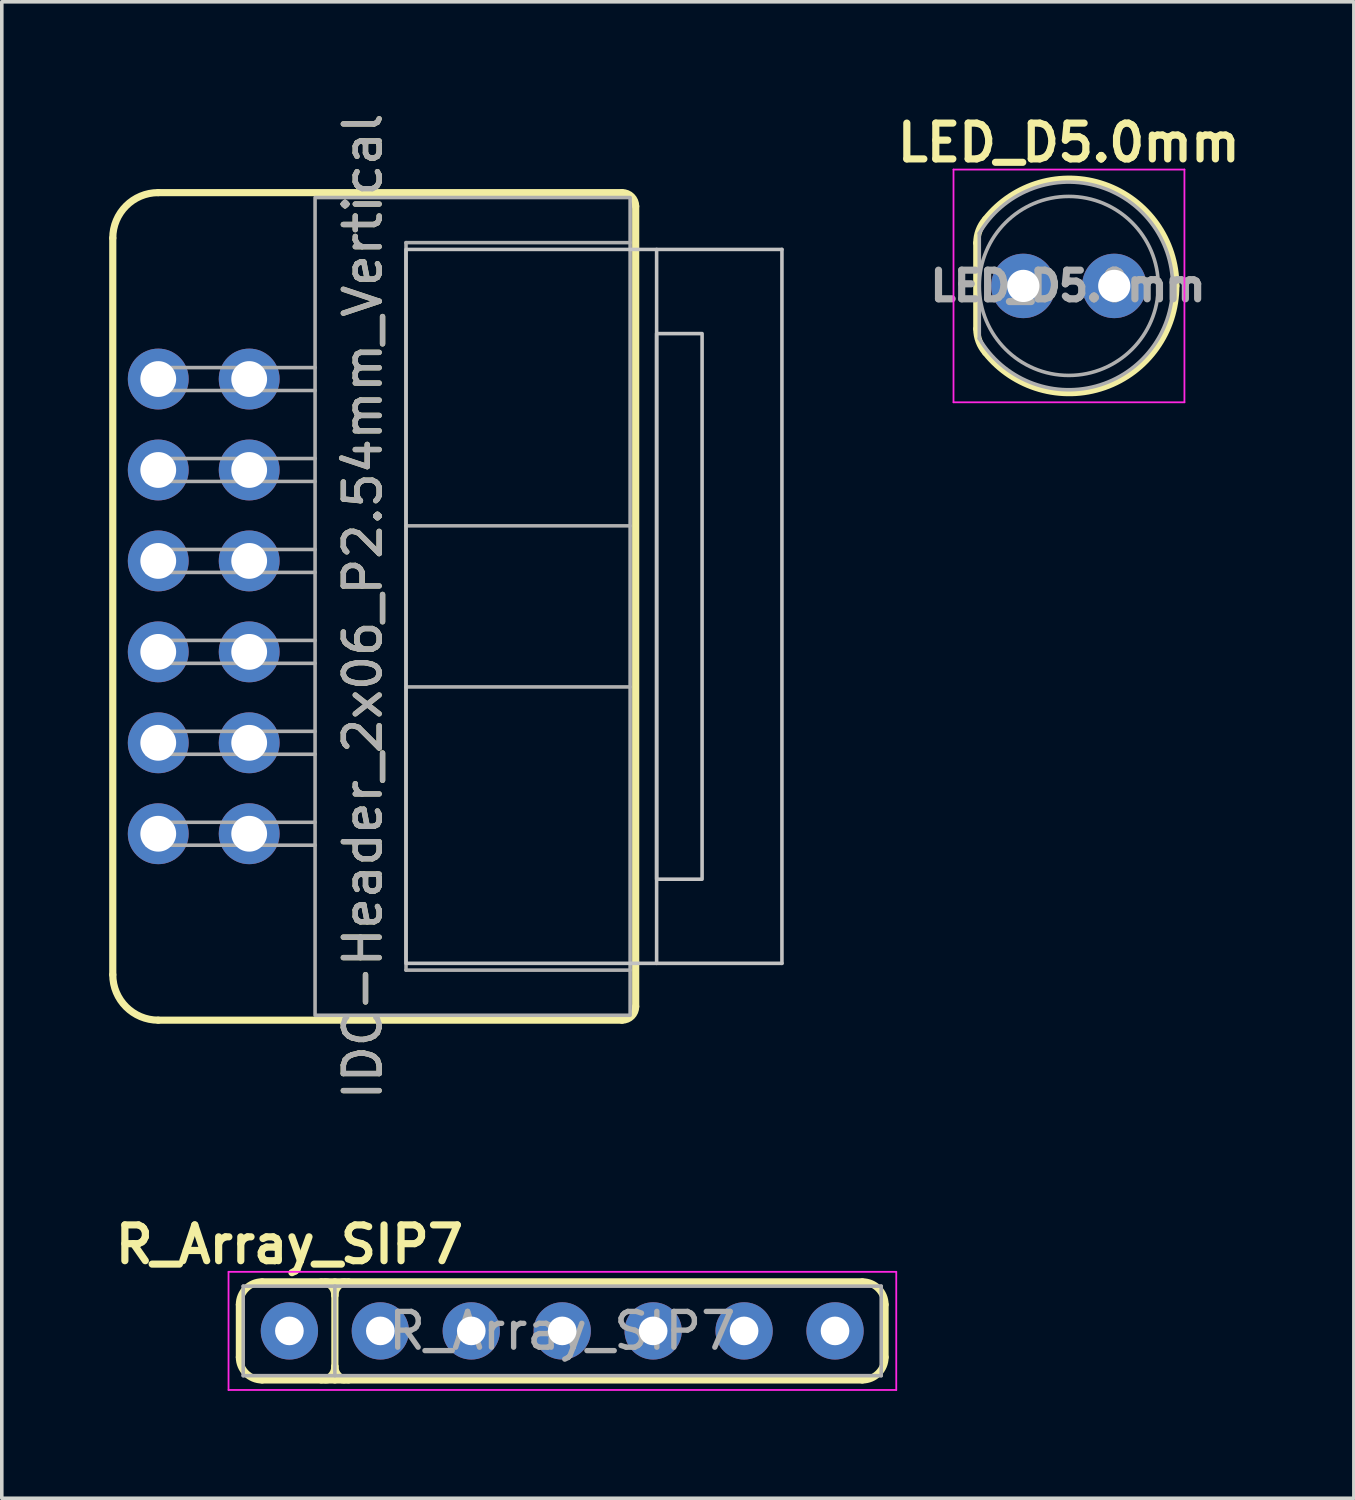
<source format=kicad_pcb>
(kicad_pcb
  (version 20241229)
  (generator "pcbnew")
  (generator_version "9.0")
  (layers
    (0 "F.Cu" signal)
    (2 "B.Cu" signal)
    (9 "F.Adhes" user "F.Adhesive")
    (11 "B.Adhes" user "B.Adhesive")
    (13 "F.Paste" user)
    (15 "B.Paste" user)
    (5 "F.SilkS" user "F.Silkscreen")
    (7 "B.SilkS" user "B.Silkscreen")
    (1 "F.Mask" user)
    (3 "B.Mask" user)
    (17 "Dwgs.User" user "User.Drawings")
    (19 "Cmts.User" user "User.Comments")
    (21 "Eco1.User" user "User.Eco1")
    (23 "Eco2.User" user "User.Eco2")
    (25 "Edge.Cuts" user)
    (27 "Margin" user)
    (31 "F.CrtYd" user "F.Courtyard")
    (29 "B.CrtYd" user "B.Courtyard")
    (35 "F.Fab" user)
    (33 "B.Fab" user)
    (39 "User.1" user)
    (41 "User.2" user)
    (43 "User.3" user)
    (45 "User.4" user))
  (footprint "IDC-Header_2x06_P2.54mm_Vertical"
    (layer "F.Cu")
    (at 1.37 7.537)
    (property "Reference" "IDC-Header_2x06_P2.54mm_Vertical" (at 5.715 6.35 90) (unlocked yes) (layer "F.SilkS") (effects (font (size 1 1) (thickness 0.15))))
    (attr through_hole)
    (fp_line (start -1.27 -3.937) (end -1.27 16.637) (stroke (width 0.2) (type solid)) (layer "F.SilkS"))
    (fp_line (start 12.954 -5.207) (end 0 -5.207) (stroke (width 0.2) (type solid)) (layer "F.SilkS"))
    (fp_line (start 12.954 17.907) (end 0 17.907) (stroke (width 0.2) (type solid)) (layer "F.SilkS"))
    (fp_line (start 13.335 -4.826) (end 13.335 17.526) (stroke (width 0.2) (type solid)) (layer "F.SilkS"))
    (fp_arc (start -1.27 -3.937) (mid -0.898026 -4.835026) (end 0 -5.207) (stroke (width 0.2) (type solid)) (layer "F.SilkS"))
    (fp_arc (start 0 17.907) (mid -0.898026 17.535026) (end -1.27 16.637) (stroke (width 0.2) (type solid)) (layer "F.SilkS"))
    (fp_arc (start 12.954 -5.207) (mid 13.223408 -5.095408) (end 13.335 -4.826) (stroke (width 0.2) (type solid)) (layer "F.SilkS"))
    (fp_arc (start 13.335 17.525999) (mid 13.223408 17.795407) (end 12.954 17.906999) (stroke (width 0.2) (type solid)) (layer "F.SilkS"))
    (fp_line (start 13.92 -3.62) (end 17.42 -3.62) (stroke (width 0.1) (type solid)) (layer "Dwgs.User"))
    (fp_line (start 13.92 16.32) (end 17.42 16.32) (stroke (width 0.1) (type solid)) (layer "Dwgs.User"))
    (fp_line (start 17.42 16.32) (end 17.42 -3.62) (stroke (width 0.1) (type solid)) (layer "Dwgs.User"))
    (fp_rect (start 6.92 16.32) (end 13.92 -3.62) (stroke (width 0.1) (type solid)) (fill no) (layer "Dwgs.User"))
    (fp_rect (start 13.92 13.97) (end 15.19 -1.27) (stroke (width 0.1) (type solid)) (fill no) (layer "Dwgs.User"))
    (fp_line (start -0.32 -0.32) (end -0.32 0.32) (stroke (width 0.1) (type solid)) (layer "F.Fab"))
    (fp_line (start -0.32 0.32) (end 4.38 0.32) (stroke (width 0.1) (type solid)) (layer "F.Fab"))
    (fp_line (start -0.32 2.22) (end -0.32 2.86) (stroke (width 0.1) (type solid)) (layer "F.Fab"))
    (fp_line (start -0.32 2.86) (end 4.38 2.86) (stroke (width 0.1) (type solid)) (layer "F.Fab"))
    (fp_line (start -0.32 4.76) (end -0.32 5.4) (stroke (width 0.1) (type solid)) (layer "F.Fab"))
    (fp_line (start -0.32 5.4) (end 4.38 5.4) (stroke (width 0.1) (type solid)) (layer "F.Fab"))
    (fp_line (start -0.32 7.3) (end -0.32 7.94) (stroke (width 0.1) (type solid)) (layer "F.Fab"))
    (fp_line (start -0.32 7.94) (end 4.38 7.94) (stroke (width 0.1) (type solid)) (layer "F.Fab"))
    (fp_line (start -0.32 9.84) (end -0.32 10.48) (stroke (width 0.1) (type solid)) (layer "F.Fab"))
    (fp_line (start -0.32 10.48) (end 4.38 10.48) (stroke (width 0.1) (type solid)) (layer "F.Fab"))
    (fp_line (start -0.32 12.38) (end -0.32 13.02) (stroke (width 0.1) (type solid)) (layer "F.Fab"))
    (fp_line (start -0.32 13.02) (end 4.38 13.02) (stroke (width 0.1) (type solid)) (layer "F.Fab"))
    (fp_line (start 4.38 -0.32) (end -0.32 -0.32) (stroke (width 0.1) (type solid)) (layer "F.Fab"))
    (fp_line (start 4.38 2.22) (end -0.32 2.22) (stroke (width 0.1) (type solid)) (layer "F.Fab"))
    (fp_line (start 4.38 4.76) (end -0.32 4.76) (stroke (width 0.1) (type solid)) (layer "F.Fab"))
    (fp_line (start 4.38 7.3) (end -0.32 7.3) (stroke (width 0.1) (type solid)) (layer "F.Fab"))
    (fp_line (start 4.38 9.84) (end -0.32 9.84) (stroke (width 0.1) (type solid)) (layer "F.Fab"))
    (fp_line (start 4.38 12.38) (end -0.32 12.38) (stroke (width 0.1) (type solid)) (layer "F.Fab"))
    (fp_line (start 6.92 -3.81) (end 6.92 16.51) (stroke (width 0.1) (type solid)) (layer "F.Fab"))
    (fp_line (start 6.92 4.1) (end 13.18 4.1) (stroke (width 0.1) (type solid)) (layer "F.Fab"))
    (fp_line (start 6.92 8.6) (end 13.18 8.6) (stroke (width 0.1) (type solid)) (layer "F.Fab"))
    (fp_line (start 13.18 -3.81) (end 6.92 -3.81) (stroke (width 0.1) (type solid)) (layer "F.Fab"))
    (fp_line (start 13.18 16.51) (end 6.92 16.51) (stroke (width 0.1) (type solid)) (layer "F.Fab"))
    (fp_rect (start 4.38 17.77) (end 13.18 -5.07) (stroke (width 0.1) (type solid)) (fill no) (layer "F.Fab"))
    (fp_text user "${REFERENCE}" (at 5.715 6.35 90) (layer "F.Fab") (effects (font (size 1 1) (thickness 0.15))))
    (pad "1" thru_hole circle (at 0 0) (size 1.7 1.7) (drill 1) (layers "*.Cu" "*.Mask"))
    (pad "2" thru_hole circle (at 2.54 0) (size 1.7 1.7) (drill 1) (layers "*.Cu" "*.Mask"))
    (pad "3" thru_hole circle (at 0 2.54) (size 1.7 1.7) (drill 1) (layers "*.Cu" "*.Mask"))
    (pad "4" thru_hole circle (at 2.54 2.54) (size 1.7 1.7) (drill 1) (layers "*.Cu" "*.Mask"))
    (pad "5" thru_hole circle (at 0 5.08) (size 1.7 1.7) (drill 1) (layers "*.Cu" "*.Mask"))
    (pad "6" thru_hole circle (at 2.54 5.08) (size 1.7 1.7) (drill 1) (layers "*.Cu" "*.Mask"))
    (pad "7" thru_hole circle (at 0 7.62) (size 1.7 1.7) (drill 1) (layers "*.Cu" "*.Mask"))
    (pad "8" thru_hole circle (at 2.54 7.62) (size 1.7 1.7) (drill 1) (layers "*.Cu" "*.Mask"))
    (pad "9" thru_hole circle (at 0 10.16) (size 1.7 1.7) (drill 1) (layers "*.Cu" "*.Mask"))
    (pad "10" thru_hole circle (at 2.54 10.16) (size 1.7 1.7) (drill 1) (layers "*.Cu" "*.Mask"))
    (pad "11" thru_hole circle (at 0 12.7) (size 1.7 1.7) (drill 1) (layers "*.Cu" "*.Mask"))
    (pad "12" thru_hole circle (at 2.54 12.7) (size 1.7 1.7) (drill 1) (layers "*.Cu" "*.Mask")))
  (footprint "R_Array_SIP7"
    (layer "F.Cu")
    (at 5.033 34.123)
    (property "Reference" "R_Array_SIP7" (at 0 -2.413 0) (unlocked yes) (layer "F.SilkS") (effects (font (size 1 1) (thickness 0.2))))
    (attr through_hole)
    (fp_line (start -1.397 -0.735) (end -1.397 0.735) (stroke (width 0.2) (type solid)) (layer "F.SilkS"))
    (fp_line (start -0.762 -1.37) (end 16.002 -1.37) (stroke (width 0.2) (type solid)) (layer "F.SilkS"))
    (fp_line (start -0.762 1.37) (end 16.002 1.37) (stroke (width 0.2) (type solid)) (layer "F.SilkS"))
    (fp_line (start 1.27 1.37) (end 1.27 -1.37) (stroke (width 0.2) (type solid)) (layer "F.SilkS"))
    (fp_line (start 16.637 0.735) (end 16.637 -0.735) (stroke (width 0.2) (type solid)) (layer "F.SilkS"))
    (fp_arc (start -1.397 -0.735) (mid -1.211013 -1.184013) (end -0.762 -1.37) (stroke (width 0.2) (type solid)) (layer "F.SilkS"))
    (fp_arc (start -0.762 1.37) (mid -1.211013 1.184013) (end -1.397 0.735) (stroke (width 0.2) (type solid)) (layer "F.SilkS"))
    (fp_arc (start 0.889 -1.37) (mid 1.158408 -1.258408) (end 1.27 -0.989) (stroke (width 0.2) (type solid)) (layer "F.SilkS"))
    (fp_arc (start 1.016 -1.369998) (mid 1.195605 -1.295603) (end 1.27 -1.115998) (stroke (width 0.2) (type solid)) (layer "F.SilkS"))
    (fp_arc (start 1.27 -1.116) (mid 1.344395 -1.295605) (end 1.524 -1.37) (stroke (width 0.2) (type solid)) (layer "F.SilkS"))
    (fp_arc (start 1.27 -0.989) (mid 1.381592 -1.258408) (end 1.651 -1.37) (stroke (width 0.2) (type solid)) (layer "F.SilkS"))
    (fp_arc (start 1.27 0.989002) (mid 1.158408 1.25841) (end 0.889 1.370002) (stroke (width 0.2) (type solid)) (layer "F.SilkS"))
    (fp_arc (start 1.27 1.116002) (mid 1.195605 1.295607) (end 1.016 1.370002) (stroke (width 0.2) (type solid)) (layer "F.SilkS"))
    (fp_arc (start 1.524 1.37) (mid 1.344395 1.295605) (end 1.27 1.116) (stroke (width 0.2) (type solid)) (layer "F.SilkS"))
    (fp_arc (start 1.651 1.370002) (mid 1.381592 1.25841) (end 1.27 0.989002) (stroke (width 0.2) (type solid)) (layer "F.SilkS"))
    (fp_arc (start 16.002 -1.37) (mid 16.451013 -1.184013) (end 16.637 -0.735) (stroke (width 0.2) (type solid)) (layer "F.SilkS"))
    (fp_arc (start 16.637 0.735) (mid 16.451013 1.184013) (end 16.002 1.37) (stroke (width 0.2) (type solid)) (layer "F.SilkS"))
    (fp_line (start -1.7 -1.65) (end -1.7 1.65) (stroke (width 0.05) (type solid)) (layer "F.CrtYd"))
    (fp_line (start -1.7 1.65) (end 16.95 1.65) (stroke (width 0.05) (type solid)) (layer "F.CrtYd"))
    (fp_line (start 16.95 -1.65) (end -1.7 -1.65) (stroke (width 0.05) (type solid)) (layer "F.CrtYd"))
    (fp_line (start 16.95 1.65) (end 16.95 -1.65) (stroke (width 0.05) (type solid)) (layer "F.CrtYd"))
    (fp_line (start -1.29 -1.25) (end -1.29 1.25) (stroke (width 0.1) (type solid)) (layer "F.Fab"))
    (fp_line (start -1.29 1.25) (end 16.53 1.25) (stroke (width 0.1) (type solid)) (layer "F.Fab"))
    (fp_line (start 1.27 -1.25) (end 1.27 1.25) (stroke (width 0.1) (type solid)) (layer "F.Fab"))
    (fp_line (start 16.53 -1.25) (end -1.29 -1.25) (stroke (width 0.1) (type solid)) (layer "F.Fab"))
    (fp_line (start 16.53 1.25) (end 16.53 -1.25) (stroke (width 0.1) (type solid)) (layer "F.Fab"))
    (fp_text user "${REFERENCE}" (at 7.62 0 0) (layer "F.Fab") (effects (font (size 1 1) (thickness 0.15))))
    (pad "1" thru_hole circle (at 0 0) (size 1.6 1.6) (drill 0.8) (layers "*.Cu" "*.Mask"))
    (pad "2" thru_hole oval (at 2.54 0) (size 1.6 1.6) (drill 0.8) (layers "*.Cu" "*.Mask"))
    (pad "3" thru_hole oval (at 5.08 0) (size 1.6 1.6) (drill 0.8) (layers "*.Cu" "*.Mask"))
    (pad "4" thru_hole oval (at 7.62 0) (size 1.6 1.6) (drill 0.8) (layers "*.Cu" "*.Mask"))
    (pad "5" thru_hole oval (at 10.16 0) (size 1.6 1.6) (drill 0.8) (layers "*.Cu" "*.Mask"))
    (pad "6" thru_hole oval (at 12.7 0) (size 1.6 1.6) (drill 0.8) (layers "*.Cu" "*.Mask"))
    (pad "7" thru_hole oval (at 15.24 0) (size 1.6 1.6) (drill 0.8) (layers "*.Cu" "*.Mask")))
  (footprint "LED_D5.0mm"
    (layer "F.Cu")
    (at 25.532 4.936)
    (property "Reference" "LED_D5.0mm" (at 1.27 -4 0) (unlocked yes) (layer "F.SilkS") (effects (font (size 1 1) (thickness 0.2))))
    (attr through_hole)
    (fp_line (start -1.3 -1.2) (end -1.3 1.2) (stroke (width 0.2) (type solid)) (layer "F.SilkS"))
    (fp_arc (start -1.3 -1.2) (mid -1.236103 -1.551727) (end -1.052577 -1.858505) (stroke (width 0.2) (type solid)) (layer "F.SilkS"))
    (fp_arc (start -1.052577 -1.858505) (mid 2.26332 -2.814057) (end 4.26 0.000462) (stroke (width 0.2) (type solid)) (layer "F.SilkS"))
    (fp_arc (start -1.052577 1.858505) (mid -1.236103 1.551727) (end -1.3 1.2) (stroke (width 0.2) (type solid)) (layer "F.SilkS"))
    (fp_arc (start 4.26 -0.000462) (mid 2.263322 2.814063) (end -1.052577 1.858505) (stroke (width 0.2) (type solid)) (layer "F.SilkS"))
    (fp_line (start -1.95 -3.25) (end -1.95 3.25) (stroke (width 0.05) (type solid)) (layer "F.CrtYd"))
    (fp_line (start -1.95 3.25) (end 4.5 3.25) (stroke (width 0.05) (type solid)) (layer "F.CrtYd"))
    (fp_line (start 4.5 -3.25) (end -1.95 -3.25) (stroke (width 0.05) (type solid)) (layer "F.CrtYd"))
    (fp_line (start 4.5 3.25) (end 4.5 -3.25) (stroke (width 0.05) (type solid)) (layer "F.CrtYd"))
    (fp_line (start -1.23 -1.47) (end -1.23 1.47) (stroke (width 0.1) (type solid)) (layer "F.Fab"))
    (fp_arc (start -1.23 -1.469694) (mid 4.17 0.000016) (end -1.230016 1.469666) (stroke (width 0.1) (type solid)) (layer "F.Fab"))
    (fp_circle (center 1.27 0) (end 3.77 0) (stroke (width 0.1) (type solid)) (fill no) (layer "F.Fab"))
    (fp_text user "${REFERENCE}" (at 1.25 0 0) (layer "F.Fab") (effects (font (size 0.8 0.8) (thickness 0.2))))
    (pad "1" thru_hole circle (at 0 0) (size 1.8 1.8) (drill 0.9) (layers "*.Cu" "*.Mask"))
    (pad "2" thru_hole circle (at 2.54 0) (size 1.8 1.8) (drill 0.9) (layers "*.Cu" "*.Mask")))
  (gr_rect
    (start -3 -3)
    (end 34.764 38.798)
    (stroke (width 0.1) (type default))
    (fill no)
    (layer "Edge.Cuts")))
</source>
